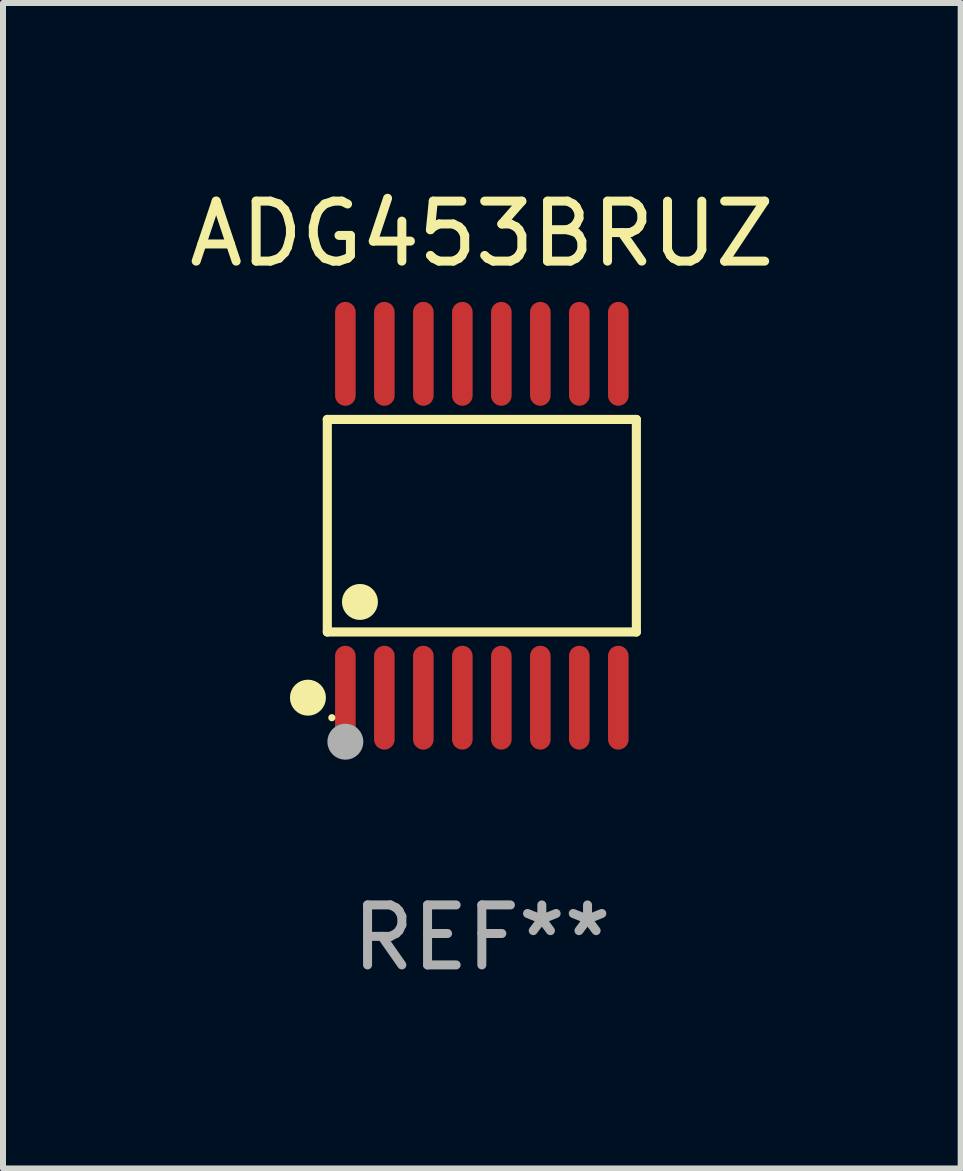
<source format=kicad_pcb>
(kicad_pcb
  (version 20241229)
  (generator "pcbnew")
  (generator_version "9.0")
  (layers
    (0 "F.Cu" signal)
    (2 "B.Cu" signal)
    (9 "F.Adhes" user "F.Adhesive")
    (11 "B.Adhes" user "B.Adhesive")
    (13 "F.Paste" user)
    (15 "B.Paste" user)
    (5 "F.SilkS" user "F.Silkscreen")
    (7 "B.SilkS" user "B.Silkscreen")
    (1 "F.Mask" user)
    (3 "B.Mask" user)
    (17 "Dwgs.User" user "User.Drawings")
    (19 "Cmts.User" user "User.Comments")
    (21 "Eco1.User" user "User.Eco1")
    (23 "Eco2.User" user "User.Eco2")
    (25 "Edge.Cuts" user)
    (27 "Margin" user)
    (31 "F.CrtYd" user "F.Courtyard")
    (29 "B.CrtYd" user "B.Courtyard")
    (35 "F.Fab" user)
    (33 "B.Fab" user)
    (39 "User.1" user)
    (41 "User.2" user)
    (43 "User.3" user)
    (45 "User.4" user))
  (footprint "ADG453BRUZ"
    (layer "F.Cu")
    (at 4.982 5.714)
    (property "Reference" "ADG453BRUZ" (at 0 -4.866 0) (layer "F.SilkS") (effects (font (size 1 1) (thickness 0.15))))
    (attr through_hole)
    (fp_line (start -2.576 -1.772) (end 2.576 -1.772) (stroke (width 0.152) (type solid)) (layer "F.SilkS"))
    (fp_line (start -2.576 1.771) (end -2.576 -1.772) (stroke (width 0.152) (type solid)) (layer "F.SilkS"))
    (fp_line (start 2.576 -1.772) (end 2.576 1.771) (stroke (width 0.152) (type solid)) (layer "F.SilkS"))
    (fp_line (start 2.576 1.771) (end -2.576 1.771) (stroke (width 0.152) (type solid)) (layer "F.SilkS"))
    (fp_circle (center -2.899 2.866) (end -2.749 2.866) (stroke (width 0.3) (type solid)) (fill no) (layer "F.SilkS"))
    (fp_circle (center -2.5 3.2) (end -2.47 3.2) (stroke (width 0.06) (type solid)) (fill no) (layer "F.SilkS"))
    (fp_circle (center -2.032 1.27) (end -1.882 1.27) (stroke (width 0.3) (type solid)) (fill no) (layer "F.SilkS"))
    (fp_circle (center -2.275 3.6) (end -2.125 3.6) (stroke (width 0.3) (type solid)) (fill no) (layer "F.Fab"))
    (fp_text user "REF**" (at 0 6.866 0) (layer "F.Fab") (effects (font (size 1 1) (thickness 0.15))))
    (pad "1" smd oval (at -2.275 2.866) (size 0.343 1.731) (layers "F.Cu" "F.Mask" "F.Paste"))
    (pad "2" smd oval (at -1.625 2.866) (size 0.343 1.731) (layers "F.Cu" "F.Mask" "F.Paste"))
    (pad "3" smd oval (at -0.975 2.866) (size 0.343 1.731) (layers "F.Cu" "F.Mask" "F.Paste"))
    (pad "4" smd oval (at -0.325 2.866) (size 0.343 1.731) (layers "F.Cu" "F.Mask" "F.Paste"))
    (pad "5" smd oval (at 0.325 2.866) (size 0.343 1.731) (layers "F.Cu" "F.Mask" "F.Paste"))
    (pad "6" smd oval (at 0.975 2.866) (size 0.343 1.731) (layers "F.Cu" "F.Mask" "F.Paste"))
    (pad "7" smd oval (at 1.625 2.866) (size 0.343 1.731) (layers "F.Cu" "F.Mask" "F.Paste"))
    (pad "8" smd oval (at 2.275 2.866) (size 0.343 1.731) (layers "F.Cu" "F.Mask" "F.Paste"))
    (pad "9" smd oval (at 2.275 -2.866) (size 0.343 1.731) (layers "F.Cu" "F.Mask" "F.Paste"))
    (pad "10" smd oval (at 1.625 -2.866) (size 0.343 1.731) (layers "F.Cu" "F.Mask" "F.Paste"))
    (pad "11" smd oval (at 0.975 -2.866) (size 0.343 1.731) (layers "F.Cu" "F.Mask" "F.Paste"))
    (pad "12" smd oval (at 0.325 -2.866) (size 0.343 1.731) (layers "F.Cu" "F.Mask" "F.Paste"))
    (pad "13" smd oval (at -0.325 -2.866) (size 0.343 1.731) (layers "F.Cu" "F.Mask" "F.Paste"))
    (pad "14" smd oval (at -0.975 -2.866) (size 0.343 1.731) (layers "F.Cu" "F.Mask" "F.Paste"))
    (pad "15" smd oval (at -1.625 -2.866) (size 0.343 1.731) (layers "F.Cu" "F.Mask" "F.Paste"))
    (pad "16" smd oval (at -2.275 -2.866) (size 0.343 1.731) (layers "F.Cu" "F.Mask" "F.Paste")))
  (gr_rect
    (start -3 -3)
    (end 12.964 16.428)
    (stroke (width 0.1) (type default))
    (fill no)
    (layer "Edge.Cuts")))
</source>
